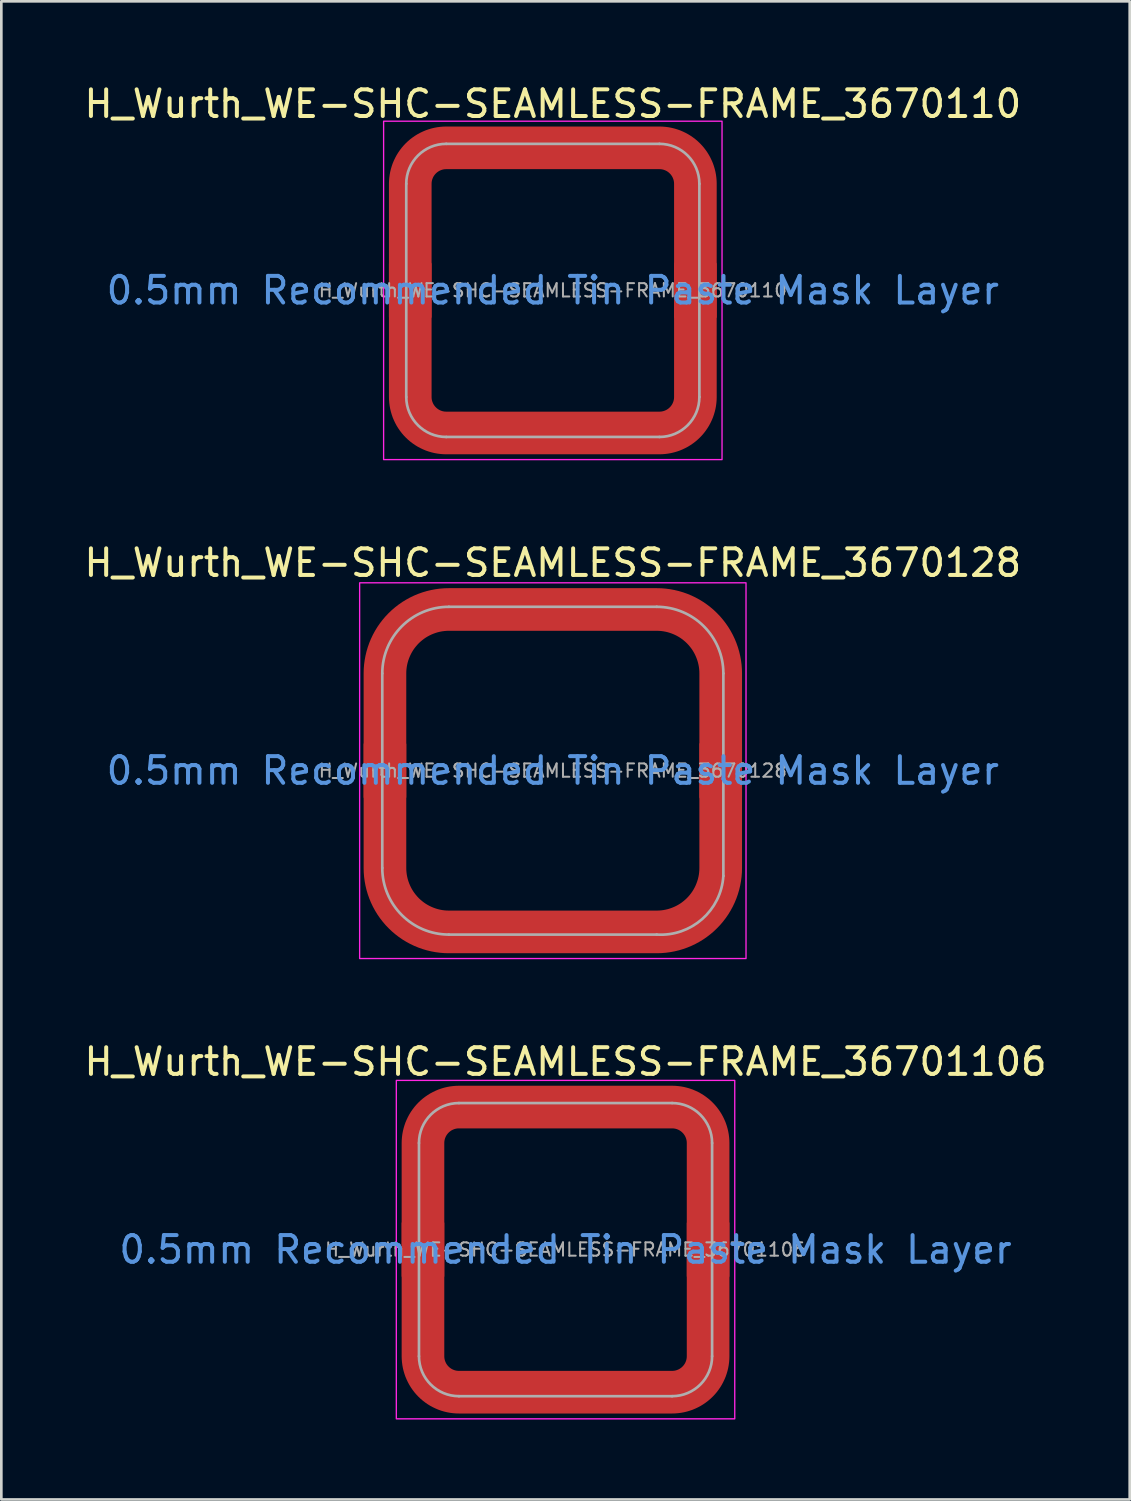
<source format=kicad_pcb>
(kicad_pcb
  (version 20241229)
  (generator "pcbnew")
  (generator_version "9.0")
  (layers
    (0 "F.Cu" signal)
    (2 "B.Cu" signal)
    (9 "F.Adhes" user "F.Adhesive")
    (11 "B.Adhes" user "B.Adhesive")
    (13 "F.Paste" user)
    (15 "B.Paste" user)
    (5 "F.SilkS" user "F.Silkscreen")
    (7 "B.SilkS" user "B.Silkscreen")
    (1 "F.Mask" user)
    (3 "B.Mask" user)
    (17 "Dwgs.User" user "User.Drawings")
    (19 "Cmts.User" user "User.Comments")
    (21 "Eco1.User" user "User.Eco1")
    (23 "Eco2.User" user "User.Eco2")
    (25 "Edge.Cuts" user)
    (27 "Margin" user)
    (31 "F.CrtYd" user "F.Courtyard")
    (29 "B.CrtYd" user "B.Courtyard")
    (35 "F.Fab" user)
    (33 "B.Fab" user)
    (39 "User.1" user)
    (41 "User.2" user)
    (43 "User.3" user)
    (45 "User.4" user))
  (footprint "H_Wurth_WE-SHC-SEAMLESS-FRAME_36701106"
    (layer "F.Cu")
    (at 18.173 43.845)
    (property "Reference" "H_Wurth_WE-SHC-SEAMLESS-FRAME_36701106" (at 0 -7.05 0) (unlocked yes) (layer "F.SilkS") (effects (font (size 1 1) (thickness 0.15))))
    (attr smd)
    (fp_rect (start -6.35 -6.35) (end 6.35 6.35) (stroke (width 0.05) (type solid)) (fill no) (layer "F.CrtYd"))
    (fp_line (start -5.5 4) (end -5.5 -4) (stroke (width 0.1) (type solid)) (layer "F.Fab"))
    (fp_line (start -4 -5.5) (end 4 -5.5) (stroke (width 0.1) (type solid)) (layer "F.Fab"))
    (fp_line (start -4 5.5) (end 4 5.5) (stroke (width 0.1) (type solid)) (layer "F.Fab"))
    (fp_line (start 5.5 4) (end 5.5 -4) (stroke (width 0.1) (type solid)) (layer "F.Fab"))
    (fp_arc (start -5.5 -4) (mid -5.06066 -5.06066) (end -4 -5.5) (stroke (width 0.1) (type solid)) (layer "F.Fab"))
    (fp_arc (start -4 5.5) (mid -5.06066 5.06066) (end -5.5 4) (stroke (width 0.1) (type solid)) (layer "F.Fab"))
    (fp_arc (start 4 -5.5) (mid 5.06066 -5.06066) (end 5.5 -4) (stroke (width 0.1) (type solid)) (layer "F.Fab"))
    (fp_arc (start 5.5 4) (mid 5.06066 5.06066) (end 4 5.5) (stroke (width 0.1) (type solid)) (layer "F.Fab"))
    (fp_text user "0.5mm Recommended Tin Paste Mask Layer" (at 0 0 0) (unlocked yes) (layer "Cmts.User") (effects (font (size 1 1) (thickness 0.15))))
    (fp_text user "${REFERENCE}" (at 0 0 0) (unlocked yes) (layer "F.Fab") (effects (font (size 0.5 0.5) (thickness 0.075))))
    (pad "1" smd custom (at 0 -5.35) (size 8 1.5) (layers "F.Cu" "F.Mask" "F.Paste") (options (anchor rect)) (primitives (gr_poly (pts (xy -4.6 6.35) (xy -6.1 6.35) (xy -6.1 1.35) (xy -6.097 1.24) (xy -6.088 1.13) (xy -6.074 1.021) (xy -6.054 0.913) (xy -6.028 0.806) (xy -5.997 0.701) (xy -5.961 0.597) (xy -5.918 0.496) (xy -5.871 0.397) (xy -5.819 0.3) (xy -5.761 0.206) (xy -5.699 0.116) (xy -5.632 0.028) (xy -5.561 -0.055) (xy -5.485 -0.135) (xy -5.405 -0.211) (xy -5.322 -0.282) (xy -5.234 -0.349) (xy -5.144 -0.411) (xy -5.05 -0.469) (xy -4.953 -0.521) (xy -4.854 -0.568) (xy -4.753 -0.611) (xy -4.649 -0.647) (xy -4.544 -0.678) (xy -4.437 -0.704) (xy -4.329 -0.724) (xy -4.22 -0.738) (xy -4.11 -0.747) (xy -4 -0.75) (xy 4 -0.75) (xy 4.11 -0.747) (xy 4.22 -0.738) (xy 4.329 -0.724) (xy 4.437 -0.704) (xy 4.544 -0.678) (xy 4.649 -0.647) (xy 4.753 -0.611) (xy 4.854 -0.568) (xy 4.953 -0.521) (xy 5.05 -0.469) (xy 5.144 -0.411) (xy 5.234 -0.349) (xy 5.322 -0.282) (xy 5.405 -0.211) (xy 5.485 -0.135) (xy 5.561 -0.055) (xy 5.632 0.028) (xy 5.699 0.116) (xy 5.761 0.206) (xy 5.819 0.3) (xy 5.871 0.397) (xy 5.918 0.496) (xy 5.961 0.597) (xy 5.997 0.701) (xy 6.028 0.806) (xy 6.054 0.913) (xy 6.074 1.021) (xy 6.088 1.13) (xy 6.097 1.24) (xy 6.1 1.35) (xy 6.1 6.35) (xy 4.6 6.35) (xy 4.6 1.35) (xy 4.599 1.319) (xy 4.597 1.287) (xy 4.593 1.256) (xy 4.587 1.225) (xy 4.58 1.195) (xy 4.571 1.165) (xy 4.56 1.135) (xy 4.548 1.106) (xy 4.535 1.078) (xy 4.52 1.05) (xy 4.503 1.023) (xy 4.485 0.997) (xy 4.466 0.972) (xy 4.446 0.949) (xy 4.424 0.926) (xy 4.401 0.904) (xy 4.378 0.884) (xy 4.353 0.865) (xy 4.327 0.847) (xy 4.3 0.83) (xy 4.272 0.815) (xy 4.244 0.802) (xy 4.215 0.79) (xy 4.185 0.779) (xy 4.155 0.77) (xy 4.125 0.763) (xy 4.094 0.757) (xy 4.063 0.753) (xy 4.031 0.751) (xy 4 0.75) (xy -4 0.75) (xy -4.031 0.751) (xy -4.063 0.753) (xy -4.094 0.757) (xy -4.125 0.763) (xy -4.155 0.77) (xy -4.185 0.779) (xy -4.215 0.79) (xy -4.244 0.802) (xy -4.272 0.815) (xy -4.3 0.83) (xy -4.327 0.847) (xy -4.353 0.865) (xy -4.378 0.884) (xy -4.401 0.904) (xy -4.424 0.926) (xy -4.446 0.949) (xy -4.466 0.972) (xy -4.485 0.997) (xy -4.503 1.023) (xy -4.52 1.05) (xy -4.535 1.078) (xy -4.548 1.106) (xy -4.56 1.135) (xy -4.571 1.165) (xy -4.58 1.195) (xy -4.587 1.225) (xy -4.593 1.256) (xy -4.597 1.287) (xy -4.599 1.319) (xy -4.6 1.35) (xy -4.6 6.35)) (width 0.1) (fill yes))))
    (pad "1" smd custom (at 5.35 0) (size 1.5 8) (layers "F.Cu" "F.Mask" "F.Paste") (options (anchor rect)) (primitives (gr_poly (pts (xy -0.75 -1) (xy 0.75 -1) (xy 0.75 4) (xy 0.747 4.11) (xy 0.738 4.22) (xy 0.724 4.329) (xy 0.704 4.437) (xy 0.678 4.544) (xy 0.647 4.649) (xy 0.611 4.753) (xy 0.568 4.854) (xy 0.521 4.953) (xy 0.469 5.05) (xy 0.411 5.144) (xy 0.349 5.234) (xy 0.282 5.322) (xy 0.211 5.405) (xy 0.135 5.485) (xy 0.055 5.561) (xy -0.028 5.632) (xy -0.116 5.699) (xy -0.206 5.761) (xy -0.3 5.819) (xy -0.397 5.871) (xy -0.496 5.918) (xy -0.597 5.961) (xy -0.701 5.997) (xy -0.806 6.028) (xy -0.913 6.054) (xy -1.021 6.074) (xy -1.13 6.088) (xy -1.24 6.097) (xy -1.35 6.1) (xy -9.35 6.1) (xy -9.46 6.097) (xy -9.57 6.088) (xy -9.679 6.074) (xy -9.787 6.054) (xy -9.894 6.028) (xy -9.999 5.997) (xy -10.103 5.961) (xy -10.204 5.918) (xy -10.303 5.871) (xy -10.4 5.819) (xy -10.494 5.761) (xy -10.584 5.699) (xy -10.672 5.632) (xy -10.755 5.561) (xy -10.835 5.485) (xy -10.911 5.405) (xy -10.982 5.322) (xy -11.049 5.234) (xy -11.111 5.144) (xy -11.169 5.05) (xy -11.221 4.953) (xy -11.268 4.854) (xy -11.311 4.753) (xy -11.347 4.649) (xy -11.378 4.544) (xy -11.404 4.437) (xy -11.424 4.329) (xy -11.438 4.22) (xy -11.447 4.11) (xy -11.45 4) (xy -11.45 -1) (xy -9.95 -1) (xy -9.95 4) (xy -9.949 4.031) (xy -9.947 4.063) (xy -9.943 4.094) (xy -9.937 4.125) (xy -9.93 4.155) (xy -9.921 4.185) (xy -9.91 4.215) (xy -9.898 4.244) (xy -9.885 4.272) (xy -9.87 4.3) (xy -9.853 4.327) (xy -9.835 4.353) (xy -9.816 4.378) (xy -9.796 4.401) (xy -9.774 4.424) (xy -9.751 4.446) (xy -9.728 4.466) (xy -9.703 4.485) (xy -9.677 4.503) (xy -9.65 4.52) (xy -9.622 4.535) (xy -9.594 4.548) (xy -9.565 4.56) (xy -9.535 4.571) (xy -9.505 4.58) (xy -9.475 4.587) (xy -9.444 4.593) (xy -9.413 4.597) (xy -9.381 4.599) (xy -9.35 4.6) (xy -1.35 4.6) (xy -1.319 4.599) (xy -1.287 4.597) (xy -1.256 4.593) (xy -1.225 4.587) (xy -1.195 4.58) (xy -1.165 4.571) (xy -1.135 4.56) (xy -1.106 4.548) (xy -1.078 4.535) (xy -1.05 4.52) (xy -1.023 4.503) (xy -0.997 4.485) (xy -0.972 4.466) (xy -0.949 4.446) (xy -0.926 4.424) (xy -0.904 4.401) (xy -0.884 4.378) (xy -0.865 4.353) (xy -0.847 4.327) (xy -0.83 4.3) (xy -0.815 4.272) (xy -0.802 4.244) (xy -0.79 4.215) (xy -0.779 4.185) (xy -0.77 4.155) (xy -0.763 4.125) (xy -0.757 4.094) (xy -0.753 4.063) (xy -0.751 4.031) (xy -0.75 4) (xy -0.75 -1)) (width 0.1) (fill yes)))))
  (footprint "H_Wurth_WE-SHC-SEAMLESS-FRAME_3670128"
    (layer "F.Cu")
    (at 17.696 25.872)
    (property "Reference" "H_Wurth_WE-SHC-SEAMLESS-FRAME_3670128" (at 0 -7.8 0) (unlocked yes) (layer "F.SilkS") (effects (font (size 1 1) (thickness 0.15))))
    (attr smd)
    (fp_rect (start -7.25 -7.05) (end 7.25 7.05) (stroke (width 0.05) (type solid)) (fill no) (layer "F.CrtYd"))
    (fp_line (start -6.4 3.65) (end -6.4 -3.65) (stroke (width 0.1) (type solid)) (layer "F.Fab"))
    (fp_line (start -3.9 -6.15) (end 3.9 -6.15) (stroke (width 0.1) (type solid)) (layer "F.Fab"))
    (fp_line (start -3.9 6.15) (end 3.9 6.15) (stroke (width 0.1) (type solid)) (layer "F.Fab"))
    (fp_line (start 6.4 3.95) (end 6.4 -3.65) (stroke (width 0.1) (type solid)) (layer "F.Fab"))
    (fp_arc (start -6.4 -3.65) (mid -5.667767 -5.417766) (end -3.9 -6.15) (stroke (width 0.1) (type default)) (layer "F.Fab"))
    (fp_arc (start -3.9 6.15) (mid -5.667766 5.417767) (end -6.4 3.65) (stroke (width 0.1) (type default)) (layer "F.Fab"))
    (fp_arc (start 3.9 -6.15) (mid 5.667766 -5.417767) (end 6.4 -3.65) (stroke (width 0.1) (type default)) (layer "F.Fab"))
    (fp_arc (start 6.4 3.95) (mid 5.605635 5.567767) (end 3.9 6.15) (stroke (width 0.1) (type default)) (layer "F.Fab"))
    (fp_text user "0.5mm Recommended Tin Paste Mask Layer" (at 0 0 0) (unlocked yes) (layer "Cmts.User") (effects (font (size 1 1) (thickness 0.15))))
    (fp_text user "${REFERENCE}" (at 0 0 0) (unlocked yes) (layer "F.Fab") (effects (font (size 0.5 0.5) (thickness 0.075))))
    (pad "1" smd custom (at 0 -6.05) (size 7.3 1.5) (layers "F.Cu" "F.Mask" "F.Paste") (options (anchor rect)) (primitives (gr_poly (pts (xy -5.55 7.05) (xy -7.05 7.05) (xy -7.05 2.4) (xy -7.046 2.235) (xy -7.033 2.071) (xy -7.011 1.907) (xy -6.981 1.745) (xy -6.943 1.585) (xy -6.896 1.427) (xy -6.841 1.271) (xy -6.778 1.119) (xy -6.707 0.97) (xy -6.628 0.825) (xy -6.542 0.684) (xy -6.448 0.548) (xy -6.348 0.418) (xy -6.241 0.292) (xy -6.127 0.173) (xy -6.008 0.059) (xy -5.882 -0.048) (xy -5.752 -0.148) (xy -5.616 -0.242) (xy -5.475 -0.328) (xy -5.33 -0.407) (xy -5.181 -0.478) (xy -5.029 -0.541) (xy -4.873 -0.596) (xy -4.715 -0.643) (xy -4.555 -0.681) (xy -4.393 -0.711) (xy -4.229 -0.733) (xy -4.065 -0.746) (xy -3.9 -0.75) (xy 3.9 -0.75) (xy 4.065 -0.746) (xy 4.229 -0.733) (xy 4.393 -0.711) (xy 4.555 -0.681) (xy 4.715 -0.643) (xy 4.873 -0.596) (xy 5.029 -0.541) (xy 5.181 -0.478) (xy 5.33 -0.407) (xy 5.475 -0.328) (xy 5.616 -0.242) (xy 5.752 -0.148) (xy 5.882 -0.048) (xy 6.008 0.059) (xy 6.127 0.173) (xy 6.241 0.292) (xy 6.348 0.418) (xy 6.448 0.548) (xy 6.542 0.684) (xy 6.628 0.825) (xy 6.707 0.97) (xy 6.778 1.119) (xy 6.841 1.271) (xy 6.896 1.427) (xy 6.943 1.585) (xy 6.981 1.745) (xy 7.011 1.907) (xy 7.033 2.071) (xy 7.046 2.235) (xy 7.05 2.4) (xy 7.05 7.05) (xy 5.55 7.05) (xy 5.55 2.4) (xy 5.548 2.314) (xy 5.541 2.228) (xy 5.53 2.142) (xy 5.514 2.057) (xy 5.494 1.973) (xy 5.469 1.89) (xy 5.44 1.809) (xy 5.407 1.729) (xy 5.37 1.651) (xy 5.329 1.575) (xy 5.284 1.501) (xy 5.235 1.43) (xy 5.182 1.362) (xy 5.126 1.296) (xy 5.067 1.233) (xy 5.004 1.174) (xy 4.938 1.118) (xy 4.87 1.065) (xy 4.799 1.016) (xy 4.725 0.971) (xy 4.649 0.93) (xy 4.571 0.893) (xy 4.491 0.86) (xy 4.41 0.831) (xy 4.327 0.806) (xy 4.243 0.786) (xy 4.158 0.77) (xy 4.072 0.759) (xy 3.986 0.752) (xy 3.9 0.75) (xy -3.9 0.75) (xy -3.986 0.752) (xy -4.072 0.759) (xy -4.158 0.77) (xy -4.243 0.786) (xy -4.327 0.806) (xy -4.41 0.831) (xy -4.491 0.86) (xy -4.571 0.893) (xy -4.649 0.93) (xy -4.725 0.971) (xy -4.799 1.016) (xy -4.87 1.065) (xy -4.938 1.118) (xy -5.004 1.174) (xy -5.067 1.233) (xy -5.126 1.296) (xy -5.182 1.362) (xy -5.235 1.43) (xy -5.284 1.501) (xy -5.329 1.575) (xy -5.37 1.651) (xy -5.407 1.729) (xy -5.44 1.809) (xy -5.469 1.89) (xy -5.494 1.973) (xy -5.514 2.057) (xy -5.53 2.142) (xy -5.541 2.228) (xy -5.548 2.314) (xy -5.55 2.4) (xy -5.55 7.05)) (width 0.1) (fill yes))))
    (pad "1" smd custom (at 6.3 0) (size 1.5 7.3) (layers "F.Cu" "F.Mask" "F.Paste") (options (anchor rect)) (primitives (gr_poly (pts (xy -0.75 -1) (xy 0.75 -1) (xy 0.75 3.65) (xy 0.746 3.815) (xy 0.733 3.979) (xy 0.711 4.143) (xy 0.681 4.305) (xy 0.643 4.465) (xy 0.596 4.623) (xy 0.541 4.779) (xy 0.478 4.931) (xy 0.407 5.08) (xy 0.328 5.225) (xy 0.242 5.366) (xy 0.148 5.502) (xy 0.048 5.632) (xy -0.059 5.758) (xy -0.173 5.877) (xy -0.292 5.991) (xy -0.418 6.098) (xy -0.548 6.198) (xy -0.684 6.292) (xy -0.825 6.378) (xy -0.97 6.457) (xy -1.119 6.528) (xy -1.271 6.591) (xy -1.427 6.646) (xy -1.585 6.693) (xy -1.745 6.731) (xy -1.907 6.761) (xy -2.071 6.783) (xy -2.235 6.796) (xy -2.4 6.8) (xy -10.2 6.8) (xy -10.365 6.796) (xy -10.529 6.783) (xy -10.693 6.761) (xy -10.855 6.731) (xy -11.015 6.693) (xy -11.173 6.646) (xy -11.329 6.591) (xy -11.481 6.528) (xy -11.63 6.457) (xy -11.775 6.378) (xy -11.916 6.292) (xy -12.052 6.198) (xy -12.182 6.098) (xy -12.308 5.991) (xy -12.427 5.877) (xy -12.541 5.758) (xy -12.648 5.632) (xy -12.748 5.502) (xy -12.842 5.366) (xy -12.928 5.225) (xy -13.007 5.08) (xy -13.078 4.931) (xy -13.141 4.779) (xy -13.196 4.623) (xy -13.243 4.465) (xy -13.281 4.305) (xy -13.311 4.143) (xy -13.333 3.979) (xy -13.346 3.815) (xy -13.35 3.65) (xy -13.35 -1) (xy -11.85 -1) (xy -11.85 3.65) (xy -11.848 3.736) (xy -11.841 3.822) (xy -11.83 3.908) (xy -11.814 3.993) (xy -11.794 4.077) (xy -11.769 4.16) (xy -11.74 4.241) (xy -11.707 4.321) (xy -11.67 4.399) (xy -11.629 4.475) (xy -11.584 4.549) (xy -11.535 4.62) (xy -11.482 4.688) (xy -11.426 4.754) (xy -11.367 4.817) (xy -11.304 4.876) (xy -11.238 4.932) (xy -11.17 4.985) (xy -11.099 5.034) (xy -11.025 5.079) (xy -10.949 5.12) (xy -10.871 5.157) (xy -10.791 5.19) (xy -10.71 5.219) (xy -10.627 5.244) (xy -10.543 5.264) (xy -10.458 5.28) (xy -10.372 5.291) (xy -10.286 5.298) (xy -10.2 5.3) (xy -2.4 5.3) (xy -2.314 5.298) (xy -2.228 5.291) (xy -2.142 5.28) (xy -2.057 5.264) (xy -1.973 5.244) (xy -1.89 5.219) (xy -1.809 5.19) (xy -1.729 5.157) (xy -1.651 5.12) (xy -1.575 5.079) (xy -1.501 5.034) (xy -1.43 4.985) (xy -1.362 4.932) (xy -1.296 4.876) (xy -1.233 4.817) (xy -1.174 4.754) (xy -1.118 4.688) (xy -1.065 4.62) (xy -1.016 4.549) (xy -0.971 4.475) (xy -0.93 4.399) (xy -0.893 4.321) (xy -0.86 4.241) (xy -0.831 4.16) (xy -0.806 4.077) (xy -0.786 3.993) (xy -0.77 3.908) (xy -0.759 3.822) (xy -0.752 3.736) (xy -0.75 3.65) (xy -0.75 -1)) (width 0.1) (fill yes)))))
  (footprint "H_Wurth_WE-SHC-SEAMLESS-FRAME_3670110"
    (layer "F.Cu")
    (at 17.696 7.848)
    (property "Reference" "H_Wurth_WE-SHC-SEAMLESS-FRAME_3670110" (at 0 -7 0) (unlocked yes) (layer "F.SilkS") (effects (font (size 1 1) (thickness 0.15))))
    (attr smd)
    (fp_rect (start -6.35 -6.35) (end 6.35 6.35) (stroke (width 0.05) (type solid)) (fill no) (layer "F.CrtYd"))
    (fp_line (start -5.5 4) (end -5.5 -4) (stroke (width 0.1) (type solid)) (layer "F.Fab"))
    (fp_line (start -4 -5.5) (end 4 -5.5) (stroke (width 0.1) (type solid)) (layer "F.Fab"))
    (fp_line (start -4 5.5) (end 4 5.5) (stroke (width 0.1) (type solid)) (layer "F.Fab"))
    (fp_line (start 5.5 4) (end 5.5 -4) (stroke (width 0.1) (type solid)) (layer "F.Fab"))
    (fp_arc (start -5.5 -4) (mid -5.06066 -5.06066) (end -4 -5.5) (stroke (width 0.1) (type default)) (layer "F.Fab"))
    (fp_arc (start -4 5.5) (mid -5.06066 5.06066) (end -5.5 4) (stroke (width 0.1) (type default)) (layer "F.Fab"))
    (fp_arc (start 4 -5.5) (mid 5.06066 -5.06066) (end 5.5 -4) (stroke (width 0.1) (type default)) (layer "F.Fab"))
    (fp_arc (start 5.5 4) (mid 5.06066 5.06066) (end 4 5.5) (stroke (width 0.1) (type default)) (layer "F.Fab"))
    (fp_text user "0.5mm Recommended Tin Paste Mask Layer" (at 0 0 0) (unlocked yes) (layer "Cmts.User") (effects (font (size 1 1) (thickness 0.15))))
    (fp_text user "${REFERENCE}" (at 0 0 0) (unlocked yes) (layer "F.Fab") (effects (font (size 0.5 0.5) (thickness 0.075))))
    (pad "1" smd custom (at 0 -5.35) (size 8 1.5) (layers "F.Cu" "F.Mask" "F.Paste") (options (anchor rect)) (primitives (gr_poly (pts (xy -4.6 6.35) (xy -6.1 6.35) (xy -6.1 1.35) (xy -6.097 1.24) (xy -6.088 1.13) (xy -6.074 1.021) (xy -6.054 0.913) (xy -6.028 0.806) (xy -5.997 0.701) (xy -5.961 0.597) (xy -5.918 0.496) (xy -5.871 0.397) (xy -5.819 0.3) (xy -5.761 0.206) (xy -5.699 0.116) (xy -5.632 0.028) (xy -5.561 -0.055) (xy -5.485 -0.135) (xy -5.405 -0.211) (xy -5.322 -0.282) (xy -5.234 -0.349) (xy -5.144 -0.411) (xy -5.05 -0.469) (xy -4.953 -0.521) (xy -4.854 -0.568) (xy -4.753 -0.611) (xy -4.649 -0.647) (xy -4.544 -0.678) (xy -4.437 -0.704) (xy -4.329 -0.724) (xy -4.22 -0.738) (xy -4.11 -0.747) (xy -4 -0.75) (xy 4 -0.75) (xy 4.11 -0.747) (xy 4.22 -0.738) (xy 4.329 -0.724) (xy 4.437 -0.704) (xy 4.544 -0.678) (xy 4.649 -0.647) (xy 4.753 -0.611) (xy 4.854 -0.568) (xy 4.953 -0.521) (xy 5.05 -0.469) (xy 5.144 -0.411) (xy 5.234 -0.349) (xy 5.322 -0.282) (xy 5.405 -0.211) (xy 5.485 -0.135) (xy 5.561 -0.055) (xy 5.632 0.028) (xy 5.699 0.116) (xy 5.761 0.206) (xy 5.819 0.3) (xy 5.871 0.397) (xy 5.918 0.496) (xy 5.961 0.597) (xy 5.997 0.701) (xy 6.028 0.806) (xy 6.054 0.913) (xy 6.074 1.021) (xy 6.088 1.13) (xy 6.097 1.24) (xy 6.1 1.35) (xy 6.1 6.35) (xy 4.6 6.35) (xy 4.6 1.35) (xy 4.599 1.319) (xy 4.597 1.287) (xy 4.593 1.256) (xy 4.587 1.225) (xy 4.58 1.195) (xy 4.571 1.165) (xy 4.56 1.135) (xy 4.548 1.106) (xy 4.535 1.078) (xy 4.52 1.05) (xy 4.503 1.023) (xy 4.485 0.997) (xy 4.466 0.972) (xy 4.446 0.949) (xy 4.424 0.926) (xy 4.401 0.904) (xy 4.378 0.884) (xy 4.353 0.865) (xy 4.327 0.847) (xy 4.3 0.83) (xy 4.272 0.815) (xy 4.244 0.802) (xy 4.215 0.79) (xy 4.185 0.779) (xy 4.155 0.77) (xy 4.125 0.763) (xy 4.094 0.757) (xy 4.063 0.753) (xy 4.031 0.751) (xy 4 0.75) (xy -4 0.75) (xy -4.031 0.751) (xy -4.063 0.753) (xy -4.094 0.757) (xy -4.125 0.763) (xy -4.155 0.77) (xy -4.185 0.779) (xy -4.215 0.79) (xy -4.244 0.802) (xy -4.272 0.815) (xy -4.3 0.83) (xy -4.327 0.847) (xy -4.353 0.865) (xy -4.378 0.884) (xy -4.401 0.904) (xy -4.424 0.926) (xy -4.446 0.949) (xy -4.466 0.972) (xy -4.485 0.997) (xy -4.503 1.023) (xy -4.52 1.05) (xy -4.535 1.078) (xy -4.548 1.106) (xy -4.56 1.135) (xy -4.571 1.165) (xy -4.58 1.195) (xy -4.587 1.225) (xy -4.593 1.256) (xy -4.597 1.287) (xy -4.599 1.319) (xy -4.6 1.35) (xy -4.6 6.35)) (width 0.1) (fill yes))))
    (pad "1" smd custom (at 5.35 0) (size 1.5 8) (layers "F.Cu" "F.Mask" "F.Paste") (options (anchor rect)) (primitives (gr_poly (pts (xy -0.75 -1) (xy 0.75 -1) (xy 0.75 4) (xy 0.747 4.11) (xy 0.738 4.22) (xy 0.724 4.329) (xy 0.704 4.437) (xy 0.678 4.544) (xy 0.647 4.649) (xy 0.611 4.753) (xy 0.568 4.854) (xy 0.521 4.953) (xy 0.469 5.05) (xy 0.411 5.144) (xy 0.349 5.234) (xy 0.282 5.322) (xy 0.211 5.405) (xy 0.135 5.485) (xy 0.055 5.561) (xy -0.028 5.632) (xy -0.116 5.699) (xy -0.206 5.761) (xy -0.3 5.819) (xy -0.397 5.871) (xy -0.496 5.918) (xy -0.597 5.961) (xy -0.701 5.997) (xy -0.806 6.028) (xy -0.913 6.054) (xy -1.021 6.074) (xy -1.13 6.088) (xy -1.24 6.097) (xy -1.35 6.1) (xy -9.35 6.1) (xy -9.46 6.097) (xy -9.57 6.088) (xy -9.679 6.074) (xy -9.787 6.054) (xy -9.894 6.028) (xy -9.999 5.997) (xy -10.103 5.961) (xy -10.204 5.918) (xy -10.303 5.871) (xy -10.4 5.819) (xy -10.494 5.761) (xy -10.584 5.699) (xy -10.672 5.632) (xy -10.755 5.561) (xy -10.835 5.485) (xy -10.911 5.405) (xy -10.982 5.322) (xy -11.049 5.234) (xy -11.111 5.144) (xy -11.169 5.05) (xy -11.221 4.953) (xy -11.268 4.854) (xy -11.311 4.753) (xy -11.347 4.649) (xy -11.378 4.544) (xy -11.404 4.437) (xy -11.424 4.329) (xy -11.438 4.22) (xy -11.447 4.11) (xy -11.45 4) (xy -11.45 -1) (xy -9.95 -1) (xy -9.95 4) (xy -9.949 4.031) (xy -9.947 4.063) (xy -9.943 4.094) (xy -9.937 4.125) (xy -9.93 4.155) (xy -9.921 4.185) (xy -9.91 4.215) (xy -9.898 4.244) (xy -9.885 4.272) (xy -9.87 4.3) (xy -9.853 4.327) (xy -9.835 4.353) (xy -9.816 4.378) (xy -9.796 4.401) (xy -9.774 4.424) (xy -9.751 4.446) (xy -9.728 4.466) (xy -9.703 4.485) (xy -9.677 4.503) (xy -9.65 4.52) (xy -9.622 4.535) (xy -9.594 4.548) (xy -9.565 4.56) (xy -9.535 4.571) (xy -9.505 4.58) (xy -9.475 4.587) (xy -9.444 4.593) (xy -9.413 4.597) (xy -9.381 4.599) (xy -9.35 4.6) (xy -1.35 4.6) (xy -1.319 4.599) (xy -1.287 4.597) (xy -1.256 4.593) (xy -1.225 4.587) (xy -1.195 4.58) (xy -1.165 4.571) (xy -1.135 4.56) (xy -1.106 4.548) (xy -1.078 4.535) (xy -1.05 4.52) (xy -1.023 4.503) (xy -0.997 4.485) (xy -0.972 4.466) (xy -0.949 4.446) (xy -0.926 4.424) (xy -0.904 4.401) (xy -0.884 4.378) (xy -0.865 4.353) (xy -0.847 4.327) (xy -0.83 4.3) (xy -0.815 4.272) (xy -0.802 4.244) (xy -0.79 4.215) (xy -0.779 4.185) (xy -0.77 4.155) (xy -0.763 4.125) (xy -0.757 4.094) (xy -0.753 4.063) (xy -0.751 4.031) (xy -0.75 4) (xy -0.75 -1)) (width 0.1) (fill yes)))))
  (gr_rect
    (start -3 -3)
    (end 39.345 53.22)
    (stroke (width 0.1) (type default))
    (fill no)
    (layer "Edge.Cuts")))
</source>
